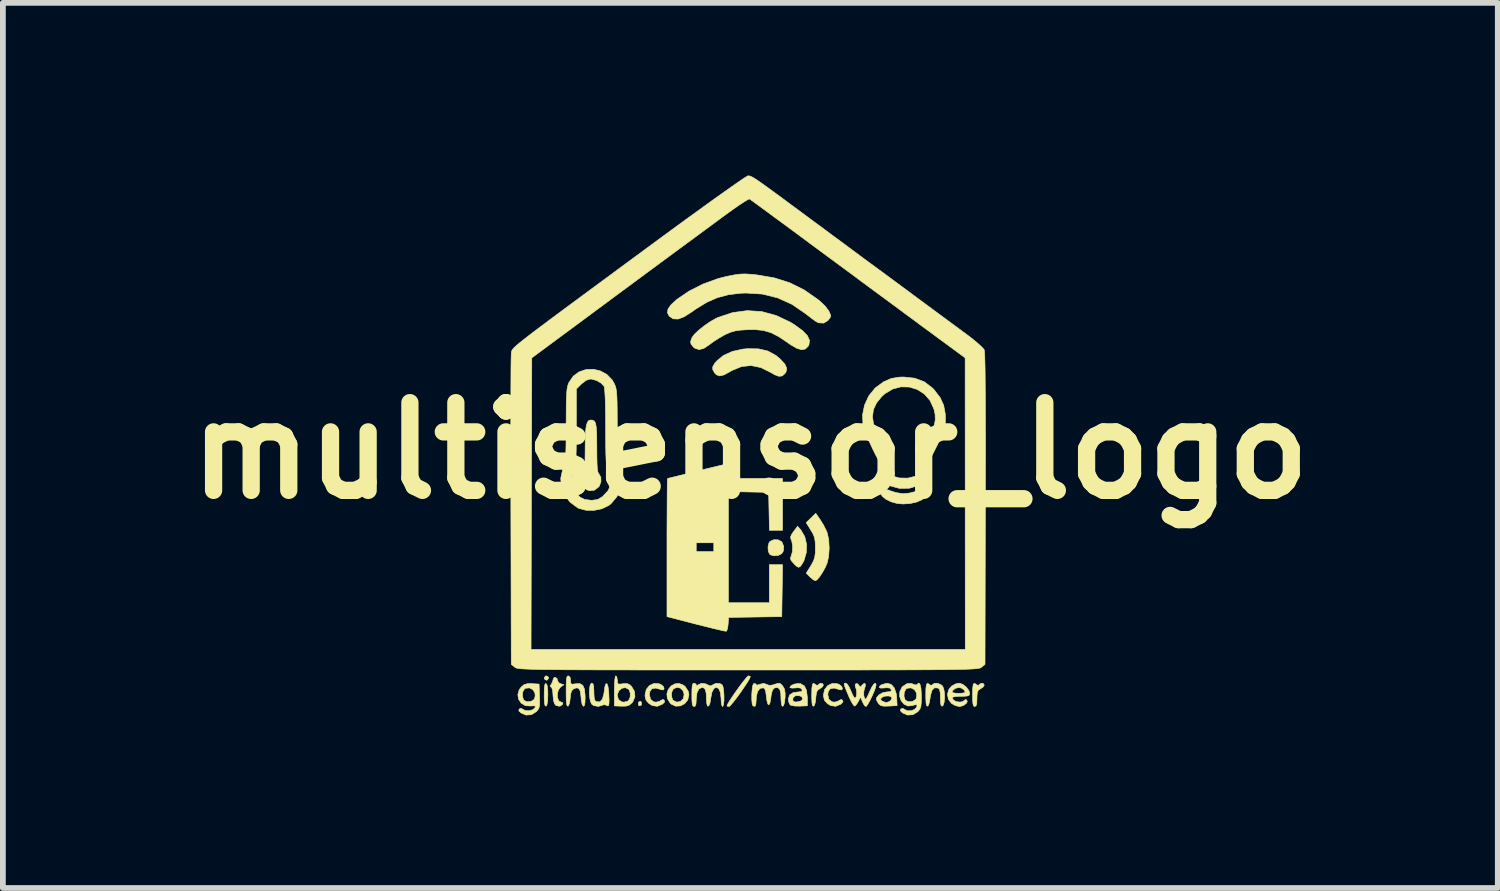
<source format=kicad_pcb>
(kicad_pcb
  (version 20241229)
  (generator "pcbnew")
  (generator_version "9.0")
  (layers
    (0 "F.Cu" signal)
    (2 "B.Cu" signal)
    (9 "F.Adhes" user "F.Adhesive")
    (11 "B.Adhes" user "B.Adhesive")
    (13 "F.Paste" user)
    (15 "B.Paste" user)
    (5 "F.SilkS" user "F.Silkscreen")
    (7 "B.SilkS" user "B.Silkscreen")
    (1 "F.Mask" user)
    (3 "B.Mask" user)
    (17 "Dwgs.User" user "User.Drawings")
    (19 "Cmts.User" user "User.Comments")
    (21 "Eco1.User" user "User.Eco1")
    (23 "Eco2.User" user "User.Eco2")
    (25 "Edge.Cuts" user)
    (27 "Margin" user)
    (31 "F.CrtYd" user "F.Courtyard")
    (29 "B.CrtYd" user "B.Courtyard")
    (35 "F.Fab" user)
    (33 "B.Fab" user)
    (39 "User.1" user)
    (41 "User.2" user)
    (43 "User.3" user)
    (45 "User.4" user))
  (footprint "multisensor_logo"
    (layer "F.Cu")
    (at 9.986 4.78)
    (property "Reference" "multisensor_logo" (at 0 0 0) (layer "F.SilkS") (effects (font (size 1.524 1.524) (thickness 0.3))))
    (attr through_hole)
    (fp_poly (pts (xy -3.51 3.932) (xy -3.505 3.95) (xy -3.526 3.983) (xy -3.543 3.988) (xy -3.577 3.967) (xy -3.581 3.95) (xy -3.561 3.916) (xy -3.543 3.912) (xy -3.51 3.932)) (stroke (width 0.01) (type solid)) (fill yes) (layer "F.SilkS"))
    (fp_poly (pts (xy -1.892 4.369) (xy -1.89 4.411) (xy -1.899 4.424) (xy -1.93 4.433) (xy -1.943 4.42) (xy -1.945 4.377) (xy -1.936 4.364) (xy -1.905 4.355) (xy -1.892 4.369)) (stroke (width 0.01) (type solid)) (fill yes) (layer "F.SilkS"))
    (fp_poly (pts (xy -3.531 4.075) (xy -3.52 4.152) (xy -3.518 4.242) (xy -3.522 4.355) (xy -3.535 4.42) (xy -3.55 4.439) (xy -3.566 4.43) (xy -3.576 4.387) (xy -3.581 4.304) (xy -3.581 4.242) (xy -3.579 4.134) (xy -3.572 4.071) (xy -3.559 4.045) (xy -3.55 4.045) (xy -3.531 4.075)) (stroke (width 0.01) (type solid)) (fill yes) (layer "F.SilkS"))
    (fp_poly (pts (xy 0.483 1.549) (xy 0.542 1.58) (xy 0.55 1.589) (xy 0.581 1.666) (xy 0.573 1.745) (xy 0.544 1.789) (xy 0.485 1.82) (xy 0.41 1.827) (xy 0.347 1.808) (xy 0.335 1.798) (xy 0.311 1.745) (xy 0.307 1.671) (xy 0.323 1.604) (xy 0.343 1.575) (xy 0.408 1.547) (xy 0.483 1.549)) (stroke (width 0.01) (type solid)) (fill yes) (layer "F.SilkS"))
    (fp_poly (pts (xy 0.88 1.381) (xy 0.946 1.494) (xy 0.977 1.629) (xy 0.972 1.773) (xy 0.932 1.91) (xy 0.899 1.969) (xy 0.864 2.016) (xy 0.834 2.026) (xy 0.794 2.001) (xy 0.752 1.958) (xy 0.707 1.905) (xy 0.697 1.865) (xy 0.709 1.833) (xy 0.731 1.755) (xy 0.735 1.659) (xy 0.72 1.571) (xy 0.709 1.546) (xy 0.698 1.505) (xy 0.714 1.459) (xy 0.752 1.404) (xy 0.821 1.313) (xy 0.88 1.381)) (stroke (width 0.01) (type solid)) (fill yes) (layer "F.SilkS"))
    (fp_poly (pts (xy -0.003 3.921) (xy 0 3.927) (xy -0.014 3.961) (xy -0.051 4.024) (xy -0.105 4.105) (xy -0.167 4.196) (xy -0.232 4.285) (xy -0.291 4.362) (xy -0.339 4.419) (xy -0.366 4.444) (xy -0.369 4.445) (xy -0.402 4.438) (xy -0.406 4.432) (xy -0.392 4.4) (xy -0.355 4.338) (xy -0.302 4.258) (xy -0.239 4.168) (xy -0.174 4.078) (xy -0.114 4) (xy -0.066 3.941) (xy -0.037 3.913) (xy -0.034 3.912) (xy -0.003 3.921)) (stroke (width 0.01) (type solid)) (fill yes) (layer "F.SilkS"))
    (fp_poly (pts (xy 1.252 4.044) (xy 1.27 4.073) (xy 1.249 4.107) (xy 1.208 4.135) (xy 1.17 4.16) (xy 1.149 4.201) (xy 1.139 4.275) (xy 1.138 4.296) (xy 1.128 4.378) (xy 1.11 4.429) (xy 1.099 4.439) (xy 1.082 4.43) (xy 1.072 4.387) (xy 1.067 4.303) (xy 1.067 4.244) (xy 1.069 4.133) (xy 1.077 4.068) (xy 1.093 4.043) (xy 1.119 4.052) (xy 1.135 4.066) (xy 1.166 4.08) (xy 1.18 4.066) (xy 1.214 4.041) (xy 1.252 4.044)) (stroke (width 0.01) (type solid)) (fill yes) (layer "F.SilkS"))
    (fp_poly (pts (xy 4.046 4.044) (xy 4.064 4.073) (xy 4.043 4.107) (xy 4 4.136) (xy 3.964 4.158) (xy 3.945 4.193) (xy 3.938 4.254) (xy 3.937 4.305) (xy 3.934 4.389) (xy 3.922 4.433) (xy 3.899 4.445) (xy 3.879 4.435) (xy 3.868 4.401) (xy 3.862 4.332) (xy 3.861 4.242) (xy 3.863 4.132) (xy 3.871 4.067) (xy 3.887 4.042) (xy 3.914 4.052) (xy 3.929 4.066) (xy 3.96 4.08) (xy 3.974 4.066) (xy 4.008 4.041) (xy 4.046 4.044)) (stroke (width 0.01) (type solid)) (fill yes) (layer "F.SilkS"))
    (fp_poly (pts (xy 2.396 0.682) (xy 2.442 0.7) (xy 2.534 0.729) (xy 2.638 0.745) (xy 2.667 0.746) (xy 2.767 0.736) (xy 2.867 0.71) (xy 2.892 0.7) (xy 2.984 0.67) (xy 3.045 0.676) (xy 3.072 0.717) (xy 3.073 0.734) (xy 3.05 0.796) (xy 2.986 0.85) (xy 2.891 0.892) (xy 2.775 0.918) (xy 2.649 0.926) (xy 2.551 0.917) (xy 2.446 0.888) (xy 2.355 0.843) (xy 2.29 0.789) (xy 2.265 0.742) (xy 2.274 0.689) (xy 2.319 0.668) (xy 2.396 0.682)) (stroke (width 0.01) (type solid)) (fill yes) (layer "F.SilkS"))
    (fp_poly (pts (xy 3.028 0.392) (xy 3.056 0.418) (xy 3.058 0.42) (xy 3.084 0.469) (xy 3.064 0.518) (xy 2.996 0.569) (xy 2.936 0.6) (xy 2.765 0.652) (xy 2.591 0.655) (xy 2.418 0.608) (xy 2.394 0.598) (xy 2.302 0.544) (xy 2.261 0.49) (xy 2.269 0.437) (xy 2.295 0.409) (xy 2.331 0.396) (xy 2.387 0.408) (xy 2.441 0.431) (xy 2.586 0.474) (xy 2.736 0.477) (xy 2.874 0.442) (xy 2.896 0.432) (xy 2.964 0.398) (xy 3.002 0.385) (xy 3.028 0.392)) (stroke (width 0.01) (type solid)) (fill yes) (layer "F.SilkS"))
    (fp_poly (pts (xy -1.586 4.049) (xy -1.548 4.065) (xy -1.51 4.098) (xy -1.498 4.134) (xy -1.511 4.156) (xy -1.543 4.153) (xy -1.643 4.124) (xy -1.71 4.135) (xy -1.746 4.185) (xy -1.753 4.24) (xy -1.734 4.319) (xy -1.682 4.362) (xy -1.638 4.369) (xy -1.58 4.355) (xy -1.554 4.338) (xy -1.518 4.322) (xy -1.496 4.335) (xy -1.489 4.366) (xy -1.526 4.403) (xy -1.528 4.404) (xy -1.616 4.441) (xy -1.703 4.428) (xy -1.762 4.392) (xy -1.811 4.338) (xy -1.828 4.268) (xy -1.829 4.242) (xy -1.808 4.148) (xy -1.753 4.08) (xy -1.675 4.044) (xy -1.586 4.049)) (stroke (width 0.01) (type solid)) (fill yes) (layer "F.SilkS"))
    (fp_poly (pts (xy 0.144 -1.769) (xy 0.305 -1.731) (xy 0.444 -1.655) (xy 0.523 -1.589) (xy 0.6 -1.503) (xy 0.632 -1.432) (xy 0.621 -1.37) (xy 0.603 -1.342) (xy 0.555 -1.299) (xy 0.498 -1.292) (xy 0.423 -1.319) (xy 0.355 -1.359) (xy 0.184 -1.444) (xy 0.015 -1.479) (xy -0.152 -1.462) (xy -0.316 -1.395) (xy -0.356 -1.372) (xy -0.458 -1.316) (xy -0.534 -1.299) (xy -0.591 -1.32) (xy -0.621 -1.352) (xy -0.653 -1.409) (xy -0.653 -1.458) (xy -0.62 -1.516) (xy -0.584 -1.558) (xy -0.468 -1.654) (xy -0.314 -1.724) (xy -0.13 -1.765) (xy -0.048 -1.772) (xy 0.144 -1.769)) (stroke (width 0.01) (type solid)) (fill yes) (layer "F.SilkS"))
    (fp_poly (pts (xy 1.217 1.204) (xy 1.272 1.293) (xy 1.319 1.386) (xy 1.335 1.425) (xy 1.362 1.548) (xy 1.37 1.694) (xy 1.36 1.839) (xy 1.334 1.954) (xy 1.299 2.034) (xy 1.252 2.118) (xy 1.203 2.192) (xy 1.158 2.243) (xy 1.13 2.26) (xy 1.096 2.244) (xy 1.047 2.203) (xy 1.037 2.194) (xy 0.971 2.128) (xy 1.051 2) (xy 1.094 1.923) (xy 1.118 1.856) (xy 1.129 1.776) (xy 1.13 1.689) (xy 1.127 1.585) (xy 1.115 1.51) (xy 1.088 1.442) (xy 1.05 1.378) (xy 0.97 1.25) (xy 1.054 1.169) (xy 1.137 1.088) (xy 1.217 1.204)) (stroke (width 0.01) (type solid)) (fill yes) (layer "F.SilkS"))
    (fp_poly (pts (xy 1.513 4.049) (xy 1.551 4.065) (xy 1.588 4.098) (xy 1.601 4.134) (xy 1.588 4.156) (xy 1.556 4.153) (xy 1.456 4.124) (xy 1.389 4.135) (xy 1.353 4.185) (xy 1.346 4.24) (xy 1.364 4.319) (xy 1.417 4.362) (xy 1.46 4.369) (xy 1.519 4.355) (xy 1.544 4.338) (xy 1.581 4.322) (xy 1.602 4.335) (xy 1.61 4.366) (xy 1.573 4.403) (xy 1.571 4.404) (xy 1.483 4.441) (xy 1.396 4.428) (xy 1.337 4.392) (xy 1.288 4.338) (xy 1.271 4.268) (xy 1.27 4.242) (xy 1.291 4.148) (xy 1.346 4.08) (xy 1.424 4.044) (xy 1.513 4.049)) (stroke (width 0.01) (type solid)) (fill yes) (layer "F.SilkS"))
    (fp_poly (pts (xy -3.359 3.958) (xy -3.353 3.985) (xy -3.331 4.03) (xy -3.296 4.049) (xy -3.239 4.066) (xy -3.296 4.106) (xy -3.334 4.155) (xy -3.352 4.222) (xy -3.35 4.29) (xy -3.329 4.345) (xy -3.288 4.369) (xy -3.284 4.369) (xy -3.256 4.381) (xy -3.262 4.407) (xy -3.294 4.432) (xy -3.321 4.44) (xy -3.378 4.426) (xy -3.402 4.397) (xy -3.419 4.341) (xy -3.428 4.261) (xy -3.429 4.233) (xy -3.436 4.156) (xy -3.454 4.112) (xy -3.461 4.107) (xy -3.48 4.09) (xy -3.461 4.062) (xy -3.433 4.008) (xy -3.429 3.983) (xy -3.412 3.944) (xy -3.391 3.937) (xy -3.359 3.958)) (stroke (width 0.01) (type solid)) (fill yes) (layer "F.SilkS"))
    (fp_poly (pts (xy -1.161 4.074) (xy -1.129 4.101) (xy -1.077 4.183) (xy -1.067 4.242) (xy -1.087 4.33) (xy -1.141 4.396) (xy -1.215 4.434) (xy -1.297 4.439) (xy -1.373 4.404) (xy -1.393 4.386) (xy -1.441 4.307) (xy -1.445 4.272) (xy -1.369 4.272) (xy -1.347 4.332) (xy -1.341 4.338) (xy -1.28 4.368) (xy -1.215 4.358) (xy -1.167 4.311) (xy -1.164 4.305) (xy -1.15 4.232) (xy -1.17 4.169) (xy -1.214 4.126) (xy -1.271 4.111) (xy -1.331 4.136) (xy -1.341 4.145) (xy -1.367 4.2) (xy -1.369 4.272) (xy -1.445 4.272) (xy -1.45 4.226) (xy -1.427 4.151) (xy -1.379 4.09) (xy -1.314 4.052) (xy -1.238 4.044) (xy -1.161 4.074)) (stroke (width 0.01) (type solid)) (fill yes) (layer "F.SilkS"))
    (fp_poly (pts (xy -2.734 4.05) (xy -2.722 4.092) (xy -2.718 4.172) (xy -2.718 4.192) (xy -2.714 4.284) (xy -2.702 4.336) (xy -2.679 4.36) (xy -2.676 4.361) (xy -2.615 4.364) (xy -2.571 4.319) (xy -2.545 4.228) (xy -2.54 4.19) (xy -2.526 4.095) (xy -2.508 4.049) (xy -2.489 4.052) (xy -2.472 4.101) (xy -2.46 4.196) (xy -2.459 4.221) (xy -2.454 4.333) (xy -2.456 4.401) (xy -2.466 4.432) (xy -2.484 4.433) (xy -2.499 4.422) (xy -2.546 4.412) (xy -2.566 4.421) (xy -2.642 4.443) (xy -2.719 4.429) (xy -2.754 4.405) (xy -2.777 4.36) (xy -2.791 4.288) (xy -2.797 4.205) (xy -2.793 4.126) (xy -2.781 4.066) (xy -2.759 4.039) (xy -2.756 4.039) (xy -2.734 4.05)) (stroke (width 0.01) (type solid)) (fill yes) (layer "F.SilkS"))
    (fp_poly (pts (xy 3.263 4.044) (xy 3.322 4.073) (xy 3.338 4.087) (xy 3.36 4.136) (xy 3.373 4.211) (xy 3.375 4.295) (xy 3.367 4.372) (xy 3.349 4.425) (xy 3.334 4.439) (xy 3.315 4.429) (xy 3.305 4.381) (xy 3.302 4.294) (xy 3.299 4.202) (xy 3.287 4.149) (xy 3.264 4.124) (xy 3.26 4.123) (xy 3.199 4.12) (xy 3.155 4.165) (xy 3.129 4.256) (xy 3.124 4.293) (xy 3.111 4.372) (xy 3.093 4.425) (xy 3.08 4.439) (xy 3.063 4.43) (xy 3.053 4.387) (xy 3.049 4.303) (xy 3.048 4.244) (xy 3.05 4.133) (xy 3.058 4.068) (xy 3.074 4.043) (xy 3.1 4.052) (xy 3.116 4.066) (xy 3.147 4.08) (xy 3.161 4.066) (xy 3.202 4.041) (xy 3.263 4.044)) (stroke (width 0.01) (type solid)) (fill yes) (layer "F.SilkS"))
    (fp_poly (pts (xy -2.737 -0.529) (xy -2.709 -0.513) (xy -2.69 -0.477) (xy -2.678 -0.415) (xy -2.671 -0.322) (xy -2.668 -0.189) (xy -2.667 -0.049) (xy -2.666 0.113) (xy -2.663 0.232) (xy -2.658 0.314) (xy -2.65 0.366) (xy -2.638 0.397) (xy -2.629 0.406) (xy -2.597 0.462) (xy -2.595 0.537) (xy -2.621 0.611) (xy -2.635 0.63) (xy -2.711 0.687) (xy -2.796 0.695) (xy -2.844 0.678) (xy -2.912 0.619) (xy -2.94 0.538) (xy -2.924 0.448) (xy -2.914 0.428) (xy -2.896 0.388) (xy -2.884 0.336) (xy -2.876 0.262) (xy -2.872 0.157) (xy -2.87 0.012) (xy -2.87 -0.026) (xy -2.868 -0.205) (xy -2.862 -0.34) (xy -2.85 -0.434) (xy -2.831 -0.494) (xy -2.805 -0.526) (xy -2.774 -0.533) (xy -2.737 -0.529)) (stroke (width 0.01) (type solid)) (fill yes) (layer "F.SilkS"))
    (fp_poly (pts (xy -3.132 3.934) (xy -3.124 3.989) (xy -3.12 4.04) (xy -3.099 4.058) (xy -3.044 4.051) (xy -3.039 4.05) (xy -2.962 4.047) (xy -2.911 4.076) (xy -2.882 4.142) (xy -2.871 4.251) (xy -2.87 4.284) (xy -2.873 4.378) (xy -2.883 4.428) (xy -2.9 4.439) (xy -2.902 4.439) (xy -2.922 4.408) (xy -2.937 4.336) (xy -2.941 4.283) (xy -2.953 4.184) (xy -2.979 4.131) (xy -3.021 4.12) (xy -3.07 4.138) (xy -3.104 4.17) (xy -3.122 4.227) (xy -3.129 4.297) (xy -3.14 4.378) (xy -3.158 4.429) (xy -3.169 4.439) (xy -3.184 4.431) (xy -3.193 4.391) (xy -3.199 4.314) (xy -3.2 4.193) (xy -3.2 4.18) (xy -3.199 4.058) (xy -3.195 3.978) (xy -3.187 3.933) (xy -3.173 3.914) (xy -3.162 3.912) (xy -3.132 3.934)) (stroke (width 0.01) (type solid)) (fill yes) (layer "F.SilkS"))
    (fp_poly (pts (xy -2.319 3.934) (xy -2.311 3.987) (xy -2.311 3.988) (xy -2.308 4.037) (xy -2.288 4.056) (xy -2.238 4.053) (xy -2.216 4.049) (xy -2.144 4.045) (xy -2.094 4.067) (xy -2.065 4.094) (xy -2.013 4.181) (xy -2.005 4.275) (xy -2.041 4.362) (xy -2.056 4.38) (xy -2.104 4.421) (xy -2.16 4.438) (xy -2.239 4.439) (xy -2.362 4.434) (xy -2.362 4.251) (xy -2.311 4.251) (xy -2.291 4.324) (xy -2.235 4.364) (xy -2.197 4.369) (xy -2.139 4.355) (xy -2.113 4.338) (xy -2.088 4.283) (xy -2.086 4.212) (xy -2.107 4.152) (xy -2.113 4.145) (xy -2.171 4.117) (xy -2.233 4.128) (xy -2.284 4.17) (xy -2.31 4.235) (xy -2.311 4.251) (xy -2.362 4.251) (xy -2.362 4.173) (xy -2.36 4.052) (xy -2.353 3.965) (xy -2.343 3.918) (xy -2.337 3.912) (xy -2.319 3.934)) (stroke (width 0.01) (type solid)) (fill yes) (layer "F.SilkS"))
    (fp_poly (pts (xy 0.875 4.049) (xy 0.937 4.086) (xy 0.975 4.161) (xy 0.99 4.28) (xy 0.991 4.313) (xy 0.991 4.432) (xy 0.855 4.438) (xy 0.769 4.436) (xy 0.707 4.424) (xy 0.69 4.414) (xy 0.668 4.368) (xy 0.662 4.322) (xy 0.737 4.322) (xy 0.746 4.356) (xy 0.783 4.366) (xy 0.819 4.364) (xy 0.884 4.346) (xy 0.909 4.315) (xy 0.894 4.276) (xy 0.862 4.26) (xy 0.789 4.255) (xy 0.745 4.286) (xy 0.737 4.322) (xy 0.662 4.322) (xy 0.66 4.314) (xy 0.682 4.244) (xy 0.744 4.203) (xy 0.836 4.191) (xy 0.889 4.185) (xy 0.901 4.164) (xy 0.897 4.15) (xy 0.873 4.124) (xy 0.82 4.118) (xy 0.784 4.122) (xy 0.722 4.125) (xy 0.688 4.116) (xy 0.686 4.112) (xy 0.708 4.081) (xy 0.762 4.056) (xy 0.828 4.045) (xy 0.875 4.049)) (stroke (width 0.01) (type solid)) (fill yes) (layer "F.SilkS"))
    (fp_poly (pts (xy 2.446 4.06) (xy 2.502 4.123) (xy 2.536 4.225) (xy 2.543 4.291) (xy 2.55 4.429) (xy 2.407 4.437) (xy 2.322 4.439) (xy 2.271 4.43) (xy 2.238 4.406) (xy 2.224 4.389) (xy 2.191 4.333) (xy 2.192 4.312) (xy 2.262 4.312) (xy 2.273 4.336) (xy 2.295 4.354) (xy 2.359 4.377) (xy 2.421 4.357) (xy 2.444 4.333) (xy 2.462 4.293) (xy 2.438 4.271) (xy 2.4 4.261) (xy 2.334 4.265) (xy 2.292 4.283) (xy 2.262 4.312) (xy 2.192 4.312) (xy 2.193 4.293) (xy 2.232 4.245) (xy 2.235 4.242) (xy 2.308 4.201) (xy 2.374 4.191) (xy 2.432 4.186) (xy 2.451 4.169) (xy 2.446 4.15) (xy 2.422 4.124) (xy 2.37 4.118) (xy 2.333 4.122) (xy 2.264 4.125) (xy 2.237 4.11) (xy 2.255 4.083) (xy 2.284 4.065) (xy 2.372 4.04) (xy 2.446 4.06)) (stroke (width 0.01) (type solid)) (fill yes) (layer "F.SilkS"))
    (fp_poly (pts (xy 0.198 -2.417) (xy 0.448 -2.349) (xy 0.696 -2.232) (xy 0.777 -2.181) (xy 0.908 -2.085) (xy 0.992 -1.997) (xy 1.028 -1.916) (xy 1.018 -1.84) (xy 1.004 -1.814) (xy 0.955 -1.766) (xy 0.891 -1.754) (xy 0.807 -1.779) (xy 0.698 -1.842) (xy 0.645 -1.88) (xy 0.493 -1.982) (xy 0.359 -2.05) (xy 0.226 -2.089) (xy 0.08 -2.104) (xy -0.051 -2.102) (xy -0.176 -2.094) (xy -0.269 -2.08) (xy -0.348 -2.057) (xy -0.43 -2.021) (xy -0.446 -2.013) (xy -0.547 -1.955) (xy -0.649 -1.889) (xy -0.709 -1.844) (xy -0.808 -1.777) (xy -0.891 -1.756) (xy -0.963 -1.78) (xy -0.991 -1.803) (xy -1.03 -1.851) (xy -1.038 -1.895) (xy -1.017 -1.957) (xy -1.011 -1.969) (xy -0.971 -2.023) (xy -0.898 -2.092) (xy -0.805 -2.166) (xy -0.704 -2.237) (xy -0.606 -2.294) (xy -0.564 -2.314) (xy -0.309 -2.399) (xy -0.055 -2.433) (xy 0.198 -2.417)) (stroke (width 0.01) (type solid)) (fill yes) (layer "F.SilkS"))
    (fp_poly (pts (xy 0.005 -3.065) (xy 0.114 -3.054) (xy 0.415 -3.003) (xy 0.685 -2.917) (xy 0.934 -2.794) (xy 1.173 -2.627) (xy 1.212 -2.595) (xy 1.3 -2.512) (xy 1.363 -2.428) (xy 1.395 -2.356) (xy 1.397 -2.338) (xy 1.381 -2.302) (xy 1.346 -2.261) (xy 1.275 -2.217) (xy 1.191 -2.221) (xy 1.168 -2.229) (xy 1.132 -2.251) (xy 1.068 -2.297) (xy 0.989 -2.358) (xy 0.962 -2.379) (xy 0.725 -2.542) (xy 0.475 -2.655) (xy 0.209 -2.721) (xy -0.075 -2.739) (xy -0.164 -2.736) (xy -0.38 -2.71) (xy -0.573 -2.659) (xy -0.759 -2.577) (xy -0.951 -2.459) (xy -1.019 -2.41) (xy -1.149 -2.327) (xy -1.255 -2.287) (xy -1.341 -2.291) (xy -1.409 -2.336) (xy -1.44 -2.395) (xy -1.43 -2.462) (xy -1.375 -2.538) (xy -1.276 -2.628) (xy -1.065 -2.772) (xy -0.822 -2.895) (xy -0.564 -2.989) (xy -0.411 -3.028) (xy -0.284 -3.053) (xy -0.186 -3.067) (xy -0.096 -3.071) (xy 0.005 -3.065)) (stroke (width 0.01) (type solid)) (fill yes) (layer "F.SilkS"))
    (fp_poly (pts (xy 3.69 4.059) (xy 3.754 4.109) (xy 3.799 4.172) (xy 3.81 4.215) (xy 3.805 4.244) (xy 3.781 4.26) (xy 3.728 4.266) (xy 3.658 4.267) (xy 3.564 4.271) (xy 3.517 4.282) (xy 3.51 4.306) (xy 3.536 4.338) (xy 3.582 4.361) (xy 3.642 4.368) (xy 3.694 4.358) (xy 3.714 4.339) (xy 3.74 4.323) (xy 3.756 4.329) (xy 3.77 4.358) (xy 3.748 4.394) (xy 3.702 4.427) (xy 3.645 4.444) (xy 3.632 4.445) (xy 3.563 4.429) (xy 3.496 4.392) (xy 3.441 4.32) (xy 3.425 4.233) (xy 3.435 4.196) (xy 3.505 4.196) (xy 3.528 4.208) (xy 3.585 4.215) (xy 3.619 4.216) (xy 3.688 4.212) (xy 3.729 4.202) (xy 3.734 4.196) (xy 3.712 4.154) (xy 3.661 4.122) (xy 3.619 4.115) (xy 3.56 4.13) (xy 3.516 4.167) (xy 3.505 4.196) (xy 3.435 4.196) (xy 3.449 4.147) (xy 3.496 4.091) (xy 3.561 4.054) (xy 3.624 4.039) (xy 3.69 4.059)) (stroke (width 0.01) (type solid)) (fill yes) (layer "F.SilkS"))
    (fp_poly (pts (xy -3.793 4.048) (xy -3.67 4.055) (xy -3.663 4.263) (xy -3.66 4.368) (xy -3.664 4.435) (xy -3.676 4.48) (xy -3.701 4.515) (xy -3.719 4.534) (xy -3.804 4.587) (xy -3.899 4.593) (xy -3.984 4.556) (xy -4.023 4.519) (xy -4.016 4.489) (xy -4.015 4.488) (xy -3.98 4.475) (xy -3.957 4.491) (xy -3.905 4.517) (xy -3.839 4.518) (xy -3.777 4.499) (xy -3.739 4.463) (xy -3.734 4.442) (xy -3.756 4.432) (xy -3.809 4.435) (xy -3.816 4.436) (xy -3.909 4.43) (xy -3.98 4.387) (xy -4.026 4.319) (xy -4.035 4.265) (xy -3.96 4.265) (xy -3.94 4.328) (xy -3.931 4.339) (xy -3.877 4.363) (xy -3.81 4.356) (xy -3.757 4.323) (xy -3.752 4.316) (xy -3.738 4.261) (xy -3.743 4.208) (xy -3.779 4.151) (xy -3.838 4.121) (xy -3.902 4.127) (xy -3.925 4.14) (xy -3.955 4.194) (xy -3.96 4.265) (xy -4.035 4.265) (xy -4.039 4.237) (xy -4.015 4.152) (xy -3.977 4.102) (xy -3.928 4.063) (xy -3.87 4.048) (xy -3.793 4.048)) (stroke (width 0.01) (type solid)) (fill yes) (layer "F.SilkS"))
    (fp_poly (pts (xy -0.944 4.055) (xy -0.94 4.069) (xy -0.932 4.087) (xy -0.909 4.069) (xy -0.848 4.041) (xy -0.771 4.052) (xy -0.737 4.07) (xy -0.69 4.088) (xy -0.656 4.07) (xy -0.598 4.042) (xy -0.529 4.046) (xy -0.488 4.069) (xy -0.473 4.107) (xy -0.463 4.174) (xy -0.458 4.256) (xy -0.458 4.338) (xy -0.465 4.405) (xy -0.477 4.442) (xy -0.483 4.445) (xy -0.497 4.422) (xy -0.506 4.363) (xy -0.508 4.308) (xy -0.52 4.2) (xy -0.55 4.134) (xy -0.59 4.111) (xy -0.632 4.131) (xy -0.667 4.196) (xy -0.686 4.293) (xy -0.701 4.383) (xy -0.721 4.432) (xy -0.741 4.439) (xy -0.756 4.4) (xy -0.762 4.322) (xy -0.767 4.215) (xy -0.782 4.15) (xy -0.812 4.12) (xy -0.84 4.115) (xy -0.893 4.138) (xy -0.927 4.206) (xy -0.94 4.316) (xy -0.94 4.329) (xy -0.945 4.405) (xy -0.961 4.44) (xy -0.978 4.445) (xy -0.997 4.435) (xy -1.009 4.401) (xy -1.015 4.332) (xy -1.016 4.242) (xy -1.014 4.138) (xy -1.008 4.075) (xy -0.995 4.045) (xy -0.978 4.039) (xy -0.944 4.055)) (stroke (width 0.01) (type solid)) (fill yes) (layer "F.SilkS"))
    (fp_poly (pts (xy 0.522 4.047) (xy 0.558 4.082) (xy 0.562 4.088) (xy 0.593 4.141) (xy 0.605 4.211) (xy 0.604 4.288) (xy 0.593 4.379) (xy 0.576 4.431) (xy 0.556 4.442) (xy 0.541 4.409) (xy 0.533 4.33) (xy 0.533 4.322) (xy 0.529 4.215) (xy 0.513 4.15) (xy 0.483 4.12) (xy 0.456 4.115) (xy 0.412 4.126) (xy 0.382 4.166) (xy 0.363 4.243) (xy 0.356 4.3) (xy 0.341 4.382) (xy 0.323 4.416) (xy 0.304 4.401) (xy 0.287 4.339) (xy 0.279 4.274) (xy 0.267 4.184) (xy 0.249 4.135) (xy 0.225 4.12) (xy 0.167 4.131) (xy 0.125 4.185) (xy 0.104 4.276) (xy 0.102 4.32) (xy 0.096 4.405) (xy 0.079 4.443) (xy 0.049 4.434) (xy 0.042 4.428) (xy 0.031 4.391) (xy 0.025 4.322) (xy 0.025 4.237) (xy 0.031 4.152) (xy 0.041 4.084) (xy 0.055 4.049) (xy 0.056 4.048) (xy 0.088 4.047) (xy 0.095 4.058) (xy 0.116 4.074) (xy 0.166 4.059) (xy 0.169 4.058) (xy 0.231 4.042) (xy 0.283 4.06) (xy 0.33 4.078) (xy 0.388 4.071) (xy 0.423 4.059) (xy 0.485 4.041) (xy 0.522 4.047)) (stroke (width 0.01) (type solid)) (fill yes) (layer "F.SilkS"))
    (fp_poly (pts (xy -0.389 0.251) (xy -0.382 0.31) (xy -0.381 0.356) (xy -0.381 0.483) (xy 0.559 0.483) (xy 0.559 1.384) (xy 0.332 1.384) (xy 0.318 0.724) (xy -0.381 0.71) (xy -0.381 2.642) (xy 0.33 2.642) (xy 0.33 1.981) (xy 0.56 1.981) (xy 0.546 2.883) (xy 0.084 2.89) (xy -0.378 2.897) (xy -0.386 3.015) (xy -0.395 3.085) (xy -0.411 3.13) (xy -0.419 3.137) (xy -0.45 3.133) (xy -0.523 3.117) (xy -0.629 3.092) (xy -0.761 3.059) (xy -0.911 3.022) (xy -0.946 3.013) (xy -1.448 2.883) (xy -1.448 1.683) (xy -1.448 1.6) (xy -0.94 1.6) (xy -0.94 1.753) (xy -0.635 1.753) (xy -0.635 1.6) (xy -0.94 1.6) (xy -1.448 1.6) (xy -1.448 1.442) (xy -1.447 1.216) (xy -1.446 1.012) (xy -1.445 0.834) (xy -1.444 0.687) (xy -1.443 0.576) (xy -1.441 0.507) (xy -1.439 0.483) (xy -1.413 0.477) (xy -1.345 0.46) (xy -1.243 0.435) (xy -1.114 0.403) (xy -0.965 0.366) (xy -0.925 0.356) (xy -0.772 0.317) (xy -0.635 0.284) (xy -0.523 0.257) (xy -0.443 0.238) (xy -0.403 0.229) (xy -0.4 0.229) (xy -0.389 0.251)) (stroke (width 0.01) (type solid)) (fill yes) (layer "F.SilkS"))
    (fp_poly (pts (xy 2.948 4.06) (xy 2.964 4.126) (xy 2.971 4.23) (xy 2.972 4.27) (xy 2.97 4.375) (xy 2.963 4.443) (xy 2.947 4.488) (xy 2.919 4.525) (xy 2.909 4.535) (xy 2.825 4.587) (xy 2.731 4.593) (xy 2.645 4.556) (xy 2.607 4.519) (xy 2.613 4.489) (xy 2.614 4.488) (xy 2.649 4.475) (xy 2.672 4.491) (xy 2.728 4.519) (xy 2.795 4.518) (xy 2.856 4.494) (xy 2.892 4.451) (xy 2.896 4.429) (xy 2.884 4.412) (xy 2.843 4.419) (xy 2.82 4.427) (xy 2.74 4.436) (xy 2.671 4.405) (xy 2.621 4.345) (xy 2.594 4.269) (xy 2.594 4.265) (xy 2.669 4.265) (xy 2.689 4.328) (xy 2.699 4.339) (xy 2.753 4.363) (xy 2.819 4.356) (xy 2.872 4.323) (xy 2.878 4.316) (xy 2.891 4.261) (xy 2.886 4.208) (xy 2.851 4.151) (xy 2.791 4.121) (xy 2.727 4.127) (xy 2.705 4.14) (xy 2.675 4.194) (xy 2.669 4.265) (xy 2.594 4.265) (xy 2.597 4.187) (xy 2.635 4.109) (xy 2.644 4.099) (xy 2.72 4.048) (xy 2.8 4.044) (xy 2.844 4.063) (xy 2.885 4.071) (xy 2.898 4.059) (xy 2.926 4.036) (xy 2.948 4.06)) (stroke (width 0.01) (type solid)) (fill yes) (layer "F.SilkS"))
    (fp_poly (pts (xy 1.688 4.06) (xy 1.722 4.117) (xy 1.746 4.172) (xy 1.777 4.244) (xy 1.805 4.29) (xy 1.819 4.3) (xy 1.841 4.272) (xy 1.849 4.215) (xy 1.843 4.152) (xy 1.83 4.118) (xy 1.82 4.07) (xy 1.837 4.045) (xy 1.867 4.052) (xy 1.885 4.075) (xy 1.907 4.104) (xy 1.928 4.092) (xy 1.943 4.072) (xy 1.978 4.042) (xy 1.998 4.052) (xy 1.997 4.095) (xy 1.985 4.129) (xy 1.971 4.186) (xy 1.971 4.25) (xy 1.983 4.3) (xy 2.003 4.318) (xy 2.021 4.296) (xy 2.049 4.241) (xy 2.073 4.186) (xy 2.111 4.106) (xy 2.146 4.055) (xy 2.172 4.039) (xy 2.184 4.063) (xy 2.184 4.072) (xy 2.174 4.118) (xy 2.148 4.189) (xy 2.112 4.27) (xy 2.073 4.349) (xy 2.038 4.411) (xy 2.012 4.443) (xy 2.008 4.445) (xy 1.981 4.424) (xy 1.952 4.372) (xy 1.948 4.362) (xy 1.914 4.28) (xy 1.878 4.354) (xy 1.845 4.408) (xy 1.815 4.437) (xy 1.814 4.438) (xy 1.792 4.42) (xy 1.758 4.366) (xy 1.718 4.285) (xy 1.706 4.256) (xy 1.663 4.154) (xy 1.639 4.091) (xy 1.63 4.056) (xy 1.635 4.042) (xy 1.653 4.039) (xy 1.66 4.039) (xy 1.688 4.06)) (stroke (width 0.01) (type solid)) (fill yes) (layer "F.SilkS"))
    (fp_poly (pts (xy 2.859 -1.259) (xy 3.025 -1.195) (xy 3.165 -1.088) (xy 3.196 -1.055) (xy 3.298 -0.921) (xy 3.359 -0.789) (xy 3.386 -0.643) (xy 3.389 -0.569) (xy 3.388 -0.493) (xy 3.381 -0.429) (xy 3.366 -0.366) (xy 3.338 -0.291) (xy 3.294 -0.193) (xy 3.238 -0.078) (xy 3.165 0.067) (xy 3.108 0.17) (xy 3.062 0.234) (xy 3.024 0.262) (xy 2.992 0.261) (xy 2.976 0.248) (xy 2.952 0.208) (xy 2.951 0.151) (xy 2.974 0.07) (xy 3.022 -0.042) (xy 3.07 -0.139) (xy 3.146 -0.295) (xy 3.192 -0.423) (xy 3.213 -0.532) (xy 3.21 -0.634) (xy 3.189 -0.725) (xy 3.122 -0.872) (xy 3.023 -0.985) (xy 2.9 -1.064) (xy 2.762 -1.106) (xy 2.616 -1.109) (xy 2.472 -1.071) (xy 2.337 -0.99) (xy 2.282 -0.94) (xy 2.192 -0.828) (xy 2.138 -0.712) (xy 2.122 -0.586) (xy 2.144 -0.444) (xy 2.203 -0.279) (xy 2.274 -0.131) (xy 2.324 -0.029) (xy 2.363 0.063) (xy 2.385 0.132) (xy 2.388 0.154) (xy 2.373 0.221) (xy 2.336 0.26) (xy 2.295 0.262) (xy 2.269 0.234) (xy 2.229 0.169) (xy 2.179 0.077) (xy 2.125 -0.032) (xy 2.072 -0.147) (xy 2.023 -0.259) (xy 1.985 -0.357) (xy 1.961 -0.431) (xy 1.958 -0.445) (xy 1.949 -0.618) (xy 1.984 -0.791) (xy 2.057 -0.95) (xy 2.164 -1.083) (xy 2.187 -1.103) (xy 2.318 -1.198) (xy 2.446 -1.254) (xy 2.59 -1.278) (xy 2.667 -1.28) (xy 2.859 -1.259)) (stroke (width 0.01) (type solid)) (fill yes) (layer "F.SilkS"))
    (fp_poly (pts (xy -2.606 -1.386) (xy -2.492 -1.324) (xy -2.4 -1.228) (xy -2.36 -1.158) (xy -2.345 -1.12) (xy -2.333 -1.077) (xy -2.325 -1.021) (xy -2.319 -0.945) (xy -2.315 -0.843) (xy -2.313 -0.707) (xy -2.312 -0.532) (xy -2.312 -0.417) (xy -2.311 -0.209) (xy -2.309 -0.045) (xy -2.305 0.083) (xy -2.299 0.179) (xy -2.291 0.252) (xy -2.28 0.308) (xy -2.27 0.34) (xy -2.24 0.5) (xy -2.257 0.656) (xy -2.317 0.798) (xy -2.417 0.917) (xy -2.461 0.952) (xy -2.578 1.009) (xy -2.716 1.037) (xy -2.856 1.035) (xy -2.98 1.002) (xy -3 0.992) (xy -3.131 0.895) (xy -3.225 0.772) (xy -3.281 0.631) (xy -3.285 0.578) (xy -3.1 0.578) (xy -3.061 0.693) (xy -3.031 0.737) (xy -2.958 0.809) (xy -2.879 0.847) (xy -2.774 0.861) (xy -2.751 0.862) (xy -2.654 0.849) (xy -2.572 0.802) (xy -2.566 0.797) (xy -2.469 0.691) (xy -2.422 0.578) (xy -2.424 0.455) (xy -2.464 0.343) (xy -2.479 0.308) (xy -2.491 0.268) (xy -2.499 0.217) (xy -2.506 0.148) (xy -2.51 0.054) (xy -2.512 -0.071) (xy -2.513 -0.235) (xy -2.514 -0.414) (xy -2.515 -0.623) (xy -2.518 -0.802) (xy -2.523 -0.945) (xy -2.53 -1.049) (xy -2.537 -1.109) (xy -2.541 -1.119) (xy -2.594 -1.175) (xy -2.675 -1.221) (xy -2.764 -1.244) (xy -2.783 -1.245) (xy -2.854 -1.222) (xy -2.935 -1.159) (xy -2.936 -1.158) (xy -3.023 -1.072) (xy -3.023 -0.408) (xy -3.023 -0.193) (xy -3.025 -0.024) (xy -3.029 0.106) (xy -3.034 0.201) (xy -3.042 0.268) (xy -3.052 0.311) (xy -3.058 0.325) (xy -3.1 0.451) (xy -3.1 0.578) (xy -3.285 0.578) (xy -3.294 0.481) (xy -3.262 0.332) (xy -3.238 0.278) (xy -3.226 0.245) (xy -3.216 0.195) (xy -3.209 0.121) (xy -3.205 0.019) (xy -3.202 -0.119) (xy -3.2 -0.298) (xy -3.2 -0.437) (xy -3.199 -0.638) (xy -3.198 -0.796) (xy -3.195 -0.916) (xy -3.19 -1.006) (xy -3.184 -1.072) (xy -3.174 -1.122) (xy -3.161 -1.162) (xy -3.152 -1.184) (xy -3.077 -1.294) (xy -2.976 -1.369) (xy -2.857 -1.409) (xy -2.73 -1.415) (xy -2.606 -1.386)) (stroke (width 0.01) (type solid)) (fill yes) (layer "F.SilkS"))
    (fp_poly (pts (xy -0.026 -4.775) (xy -0.01 -4.772) (xy 0.01 -4.765) (xy 0.037 -4.752) (xy 0.075 -4.729) (xy 0.126 -4.696) (xy 0.193 -4.649) (xy 0.281 -4.586) (xy 0.391 -4.506) (xy 0.528 -4.406) (xy 0.694 -4.283) (xy 0.893 -4.136) (xy 1.128 -3.962) (xy 1.283 -3.848) (xy 1.444 -3.728) (xy 1.614 -3.603) (xy 1.781 -3.479) (xy 1.933 -3.366) (xy 2.06 -3.273) (xy 2.083 -3.256) (xy 2.197 -3.172) (xy 2.342 -3.066) (xy 2.505 -2.945) (xy 2.677 -2.818) (xy 2.847 -2.692) (xy 2.924 -2.635) (xy 3.087 -2.515) (xy 3.256 -2.39) (xy 3.42 -2.269) (xy 3.569 -2.159) (xy 3.692 -2.068) (xy 3.742 -2.032) (xy 3.85 -1.95) (xy 3.944 -1.872) (xy 4.016 -1.807) (xy 4.058 -1.762) (xy 4.063 -1.753) (xy 4.068 -1.72) (xy 4.072 -1.646) (xy 4.076 -1.529) (xy 4.079 -1.369) (xy 4.081 -1.164) (xy 4.083 -0.914) (xy 4.084 -0.617) (xy 4.085 -0.274) (xy 4.085 0.118) (xy 4.084 0.558) (xy 4.083 1.012) (xy 4.077 3.713) (xy 4.017 3.761) (xy 4.008 3.768) (xy 3.996 3.774) (xy 3.979 3.779) (xy 3.954 3.784) (xy 3.919 3.788) (xy 3.871 3.792) (xy 3.809 3.795) (xy 3.73 3.798) (xy 3.631 3.8) (xy 3.51 3.802) (xy 3.365 3.804) (xy 3.193 3.806) (xy 2.992 3.807) (xy 2.76 3.808) (xy 2.494 3.809) (xy 2.191 3.809) (xy 1.851 3.81) (xy 1.469 3.81) (xy 1.044 3.81) (xy 0.573 3.81) (xy 0.055 3.81) (xy -0.038 3.81) (xy -0.565 3.81) (xy -1.044 3.81) (xy -1.476 3.81) (xy -1.865 3.81) (xy -2.213 3.809) (xy -2.521 3.809) (xy -2.793 3.808) (xy -3.031 3.807) (xy -3.237 3.806) (xy -3.414 3.804) (xy -3.563 3.803) (xy -3.688 3.801) (xy -3.791 3.798) (xy -3.873 3.795) (xy -3.938 3.792) (xy -3.988 3.789) (xy -4.025 3.784) (xy -4.051 3.78) (xy -4.07 3.775) (xy -4.082 3.769) (xy -4.092 3.763) (xy -4.093 3.761) (xy -4.153 3.713) (xy -4.154 3.454) (xy -3.81 3.454) (xy 3.734 3.454) (xy 3.732 -1.613) (xy 3.434 -1.832) (xy 3.373 -1.877) (xy 3.314 -1.92) (xy 3.254 -1.964) (xy 3.191 -2.011) (xy 3.121 -2.063) (xy 3.041 -2.121) (xy 2.948 -2.189) (xy 2.841 -2.269) (xy 2.714 -2.362) (xy 2.566 -2.472) (xy 2.394 -2.599) (xy 2.194 -2.746) (xy 1.964 -2.916) (xy 1.701 -3.111) (xy 1.401 -3.332) (xy 1.229 -3.459) (xy 1.01 -3.621) (xy 0.802 -3.775) (xy 0.61 -3.917) (xy 0.436 -4.044) (xy 0.286 -4.155) (xy 0.162 -4.246) (xy 0.069 -4.314) (xy 0.009 -4.358) (xy -0.014 -4.374) (xy -0.04 -4.364) (xy -0.101 -4.328) (xy -0.191 -4.269) (xy -0.302 -4.192) (xy -0.428 -4.101) (xy -0.483 -4.061) (xy -0.637 -3.947) (xy -0.801 -3.826) (xy -0.96 -3.709) (xy -1.104 -3.603) (xy -1.218 -3.519) (xy -1.219 -3.518) (xy -1.296 -3.462) (xy -1.408 -3.379) (xy -1.552 -3.273) (xy -1.721 -3.148) (xy -1.911 -3.008) (xy -2.116 -2.856) (xy -2.333 -2.696) (xy -2.555 -2.531) (xy -2.654 -2.458) (xy -3.797 -1.612) (xy -3.804 0.921) (xy -3.81 3.454) (xy -4.154 3.454) (xy -4.16 1.05) (xy -4.161 0.685) (xy -4.162 0.333) (xy -4.162 -0.002) (xy -4.162 -0.317) (xy -4.162 -0.609) (xy -4.161 -0.873) (xy -4.16 -1.107) (xy -4.159 -1.307) (xy -4.158 -1.469) (xy -4.156 -1.591) (xy -4.154 -1.668) (xy -4.153 -1.696) (xy -4.15 -1.711) (xy -4.148 -1.725) (xy -4.143 -1.74) (xy -4.133 -1.756) (xy -4.117 -1.777) (xy -4.091 -1.803) (xy -4.053 -1.837) (xy -4.002 -1.879) (xy -3.934 -1.933) (xy -3.848 -2) (xy -3.741 -2.082) (xy -3.611 -2.179) (xy -3.455 -2.296) (xy -3.272 -2.432) (xy -3.058 -2.59) (xy -2.813 -2.771) (xy -2.532 -2.978) (xy -2.215 -3.212) (xy -1.972 -3.391) (xy -1.669 -3.614) (xy -1.386 -3.822) (xy -1.123 -4.014) (xy -0.882 -4.188) (xy -0.668 -4.343) (xy -0.48 -4.477) (xy -0.323 -4.588) (xy -0.198 -4.675) (xy -0.108 -4.736) (xy -0.054 -4.769) (xy -0.041 -4.775) (xy -0.026 -4.775)) (stroke (width 0.01) (type solid)) (fill yes) (layer "F.SilkS")))
  (gr_rect
    (start -3 -3)
    (end 22.972 12.378)
    (stroke (width 0.1) (type default))
    (fill no)
    (layer "Edge.Cuts")))
</source>
